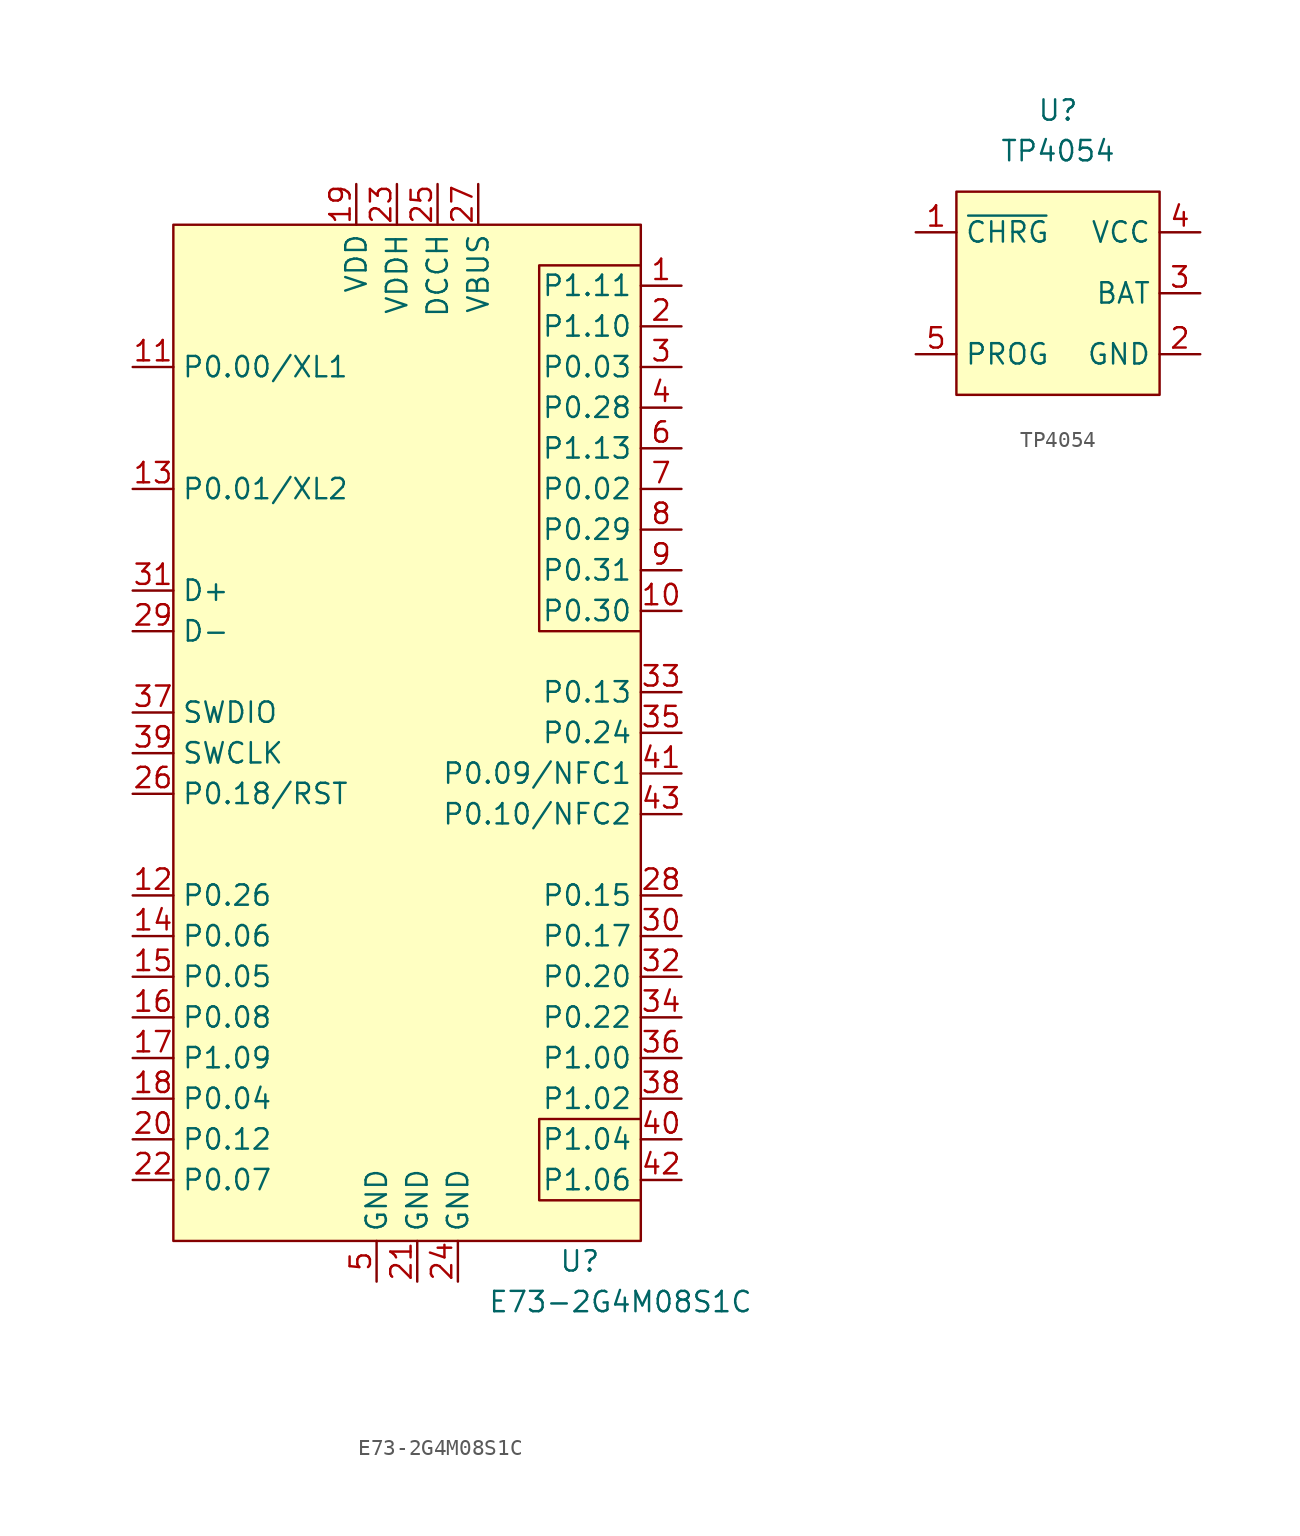
<source format=kicad_sym>
(kicad_symbol_lib
  (version 20220914)
  (generator kicad_symbol_editor)
  (symbol "E73-2G4M08S1C"
    (property "Reference" "U"
      (at 10.16 -34.29 0)
      (effects (font (size 1.27 1.27))))
    (property "Value" "E73-2G4M08S1C"
      (at 12.7 -36.83 0)
      (effects (font (size 1.27 1.27))))
    (symbol "E73-2G4M08S1C_0_0"
      (pin bidirectional line (at 16.51 26.67 180) (length 2.54) (name "P1.11" (effects (font (size 1.27 1.27)))) (number "1" (effects (font (size 1.27 1.27)))))
      (pin bidirectional line (at 16.51 6.35 180) (length 2.54) (name "P0.30" (effects (font (size 1.27 1.27)))) (number "10" (effects (font (size 1.27 1.27)))))
      (pin bidirectional line (at -17.78 21.59 0) (length 2.54) (name "P0.00/XL1" (effects (font (size 1.27 1.27)))) (number "11" (effects (font (size 1.27 1.27)))))
      (pin bidirectional line (at -17.78 -11.43 0) (length 2.54) (name "P0.26" (effects (font (size 1.27 1.27)))) (number "12" (effects (font (size 1.27 1.27)))))
      (pin bidirectional line (at -17.78 13.97 0) (length 2.54) (name "P0.01/XL2" (effects (font (size 1.27 1.27)))) (number "13" (effects (font (size 1.27 1.27)))))
      (pin bidirectional line (at -17.78 -13.97 0) (length 2.54) (name "P0.06" (effects (font (size 1.27 1.27)))) (number "14" (effects (font (size 1.27 1.27)))))
      (pin bidirectional line (at -17.78 -16.51 0) (length 2.54) (name "P0.05" (effects (font (size 1.27 1.27)))) (number "15" (effects (font (size 1.27 1.27)))))
      (pin bidirectional line (at -17.78 -19.05 0) (length 2.54) (name "P0.08" (effects (font (size 1.27 1.27)))) (number "16" (effects (font (size 1.27 1.27)))))
      (pin bidirectional line (at -17.78 -21.59 0) (length 2.54) (name "P1.09" (effects (font (size 1.27 1.27)))) (number "17" (effects (font (size 1.27 1.27)))))
      (pin bidirectional line (at -17.78 -24.13 0) (length 2.54) (name "P0.04" (effects (font (size 1.27 1.27)))) (number "18" (effects (font (size 1.27 1.27)))))
      (pin power_in line (at -3.81 33.02 270) (length 2.54) (name "VDD" (effects (font (size 1.27 1.27)))) (number "19" (effects (font (size 1.27 1.27)))))
      (pin bidirectional line (at 16.51 24.13 180) (length 2.54) (name "P1.10" (effects (font (size 1.27 1.27)))) (number "2" (effects (font (size 1.27 1.27)))))
      (pin bidirectional line (at -17.78 -26.67 0) (length 2.54) (name "P0.12" (effects (font (size 1.27 1.27)))) (number "20" (effects (font (size 1.27 1.27)))))
      (pin power_in line (at 0 -35.56 90) (length 2.54) (name "GND" (effects (font (size 1.27 1.27)))) (number "21" (effects (font (size 1.27 1.27)))))
      (pin bidirectional line (at -17.78 -29.21 0) (length 2.54) (name "P0.07" (effects (font (size 1.27 1.27)))) (number "22" (effects (font (size 1.27 1.27)))))
      (pin power_in line (at -1.27 33.02 270) (length 2.54) (name "VDDH" (effects (font (size 1.27 1.27)))) (number "23" (effects (font (size 1.27 1.27)))))
      (pin power_in line (at 2.54 -35.56 90) (length 2.54) (name "GND" (effects (font (size 1.27 1.27)))) (number "24" (effects (font (size 1.27 1.27)))))
      (pin power_in line (at 1.27 33.02 270) (length 2.54) (name "DCCH" (effects (font (size 1.27 1.27)))) (number "25" (effects (font (size 1.27 1.27)))))
      (pin bidirectional line (at -17.78 -5.08 0) (length 2.54) (name "P0.18/RST" (effects (font (size 1.27 1.27)))) (number "26" (effects (font (size 1.27 1.27)))))
      (pin power_in line (at 3.81 33.02 270) (length 2.54) (name "VBUS" (effects (font (size 1.27 1.27)))) (number "27" (effects (font (size 1.27 1.27)))))
      (pin bidirectional line (at 16.51 -11.43 180) (length 2.54) (name "P0.15" (effects (font (size 1.27 1.27)))) (number "28" (effects (font (size 1.27 1.27)))))
      (pin bidirectional line (at -17.78 5.08 0) (length 2.54) (name "D-" (effects (font (size 1.27 1.27)))) (number "29" (effects (font (size 1.27 1.27)))))
      (pin bidirectional line (at 16.51 21.59 180) (length 2.54) (name "P0.03" (effects (font (size 1.27 1.27)))) (number "3" (effects (font (size 1.27 1.27)))))
      (pin bidirectional line (at 16.51 -13.97 180) (length 2.54) (name "P0.17" (effects (font (size 1.27 1.27)))) (number "30" (effects (font (size 1.27 1.27)))))
      (pin bidirectional line (at -17.78 7.62 0) (length 2.54) (name "D+" (effects (font (size 1.27 1.27)))) (number "31" (effects (font (size 1.27 1.27)))))
      (pin bidirectional line (at 16.51 -16.51 180) (length 2.54) (name "P0.20" (effects (font (size 1.27 1.27)))) (number "32" (effects (font (size 1.27 1.27)))))
      (pin bidirectional line (at 16.51 1.27 180) (length 2.54) (name "P0.13" (effects (font (size 1.27 1.27)))) (number "33" (effects (font (size 1.27 1.27)))))
      (pin bidirectional line (at 16.51 -19.05 180) (length 2.54) (name "P0.22" (effects (font (size 1.27 1.27)))) (number "34" (effects (font (size 1.27 1.27)))))
      (pin bidirectional line (at 16.51 -1.27 180) (length 2.54) (name "P0.24" (effects (font (size 1.27 1.27)))) (number "35" (effects (font (size 1.27 1.27)))))
      (pin bidirectional line (at 16.51 -21.59 180) (length 2.54) (name "P1.00" (effects (font (size 1.27 1.27)))) (number "36" (effects (font (size 1.27 1.27)))))
      (pin bidirectional line (at -17.78 0 0) (length 2.54) (name "SWDIO" (effects (font (size 1.27 1.27)))) (number "37" (effects (font (size 1.27 1.27)))))
      (pin bidirectional line (at 16.51 -24.13 180) (length 2.54) (name "P1.02" (effects (font (size 1.27 1.27)))) (number "38" (effects (font (size 1.27 1.27)))))
      (pin bidirectional line (at -17.78 -2.54 0) (length 2.54) (name "SWCLK" (effects (font (size 1.27 1.27)))) (number "39" (effects (font (size 1.27 1.27)))))
      (pin bidirectional line (at 16.51 19.05 180) (length 2.54) (name "P0.28" (effects (font (size 1.27 1.27)))) (number "4" (effects (font (size 1.27 1.27)))))
      (pin bidirectional line (at 16.51 -26.67 180) (length 2.54) (name "P1.04" (effects (font (size 1.27 1.27)))) (number "40" (effects (font (size 1.27 1.27)))))
      (pin bidirectional line (at 16.51 -3.81 180) (length 2.54) (name "P0.09/NFC1" (effects (font (size 1.27 1.27)))) (number "41" (effects (font (size 1.27 1.27)))))
      (pin bidirectional line (at 16.51 -29.21 180) (length 2.54) (name "P1.06" (effects (font (size 1.27 1.27)))) (number "42" (effects (font (size 1.27 1.27)))))
      (pin bidirectional line (at 16.51 -6.35 180) (length 2.54) (name "P0.10/NFC2" (effects (font (size 1.27 1.27)))) (number "43" (effects (font (size 1.27 1.27)))))
      (pin power_in line (at -2.54 -35.56 90) (length 2.54) (name "GND" (effects (font (size 1.27 1.27)))) (number "5" (effects (font (size 1.27 1.27)))))
      (pin bidirectional line (at 16.51 16.51 180) (length 2.54) (name "P1.13" (effects (font (size 1.27 1.27)))) (number "6" (effects (font (size 1.27 1.27)))))
      (pin bidirectional line (at 16.51 13.97 180) (length 2.54) (name "P0.02" (effects (font (size 1.27 1.27)))) (number "7" (effects (font (size 1.27 1.27)))))
      (pin bidirectional line (at 16.51 11.43 180) (length 2.54) (name "P0.29" (effects (font (size 1.27 1.27)))) (number "8" (effects (font (size 1.27 1.27)))))
      (pin bidirectional line (at 16.51 8.89 180) (length 2.54) (name "P0.31" (effects (font (size 1.27 1.27)))) (number "9" (effects (font (size 1.27 1.27))))))
    (symbol "E73-2G4M08S1C_0_1"
      (polyline (pts (xy 13.97 -25.4) (xy 7.62 -25.4) (xy 7.62 -30.48) (xy 13.97 -30.48)) (stroke (width 0) (type default)) (fill (type none)))
      (polyline (pts (xy 13.97 27.94) (xy 7.62 27.94) (xy 7.62 5.08) (xy 13.97 5.08)) (stroke (width 0) (type default)) (fill (type none))))
    (symbol "E73-2G4M08S1C_1_1"
      (rectangle (start -15.24 30.48) (end 13.97 -33.02) (stroke (width 0) (type default)) (fill (type background)))))
  (symbol "TP4054"
    (property "Reference" "U"
      (at 0 11.43 0)
      (effects (font (size 1.27 1.27))))
    (property "Value" "TP4054"
      (at 0 8.89 0)
      (effects (font (size 1.27 1.27))))
    (symbol "TP4054_1_1"
      (rectangle (start -6.35 6.35) (end 6.35 -6.35) (stroke (width 0) (type default)) (fill (type background)))
      (pin output line (at -8.89 3.81 0) (length 2.54) (name "~{CHRG}" (effects (font (size 1.27 1.27)))) (number "1" (effects (font (size 1.27 1.27)))))
      (pin power_in line (at 8.89 -3.81 180) (length 2.54) (name "GND" (effects (font (size 1.27 1.27)))) (number "2" (effects (font (size 1.27 1.27)))))
      (pin power_out line (at 8.89 0 180) (length 2.54) (name "BAT" (effects (font (size 1.27 1.27)))) (number "3" (effects (font (size 1.27 1.27)))))
      (pin power_in line (at 8.89 3.81 180) (length 2.54) (name "VCC" (effects (font (size 1.27 1.27)))) (number "4" (effects (font (size 1.27 1.27)))))
      (pin input line (at -8.89 -3.81 0) (length 2.54) (name "PROG" (effects (font (size 1.27 1.27)))) (number "5" (effects (font (size 1.27 1.27))))))))
</source>
